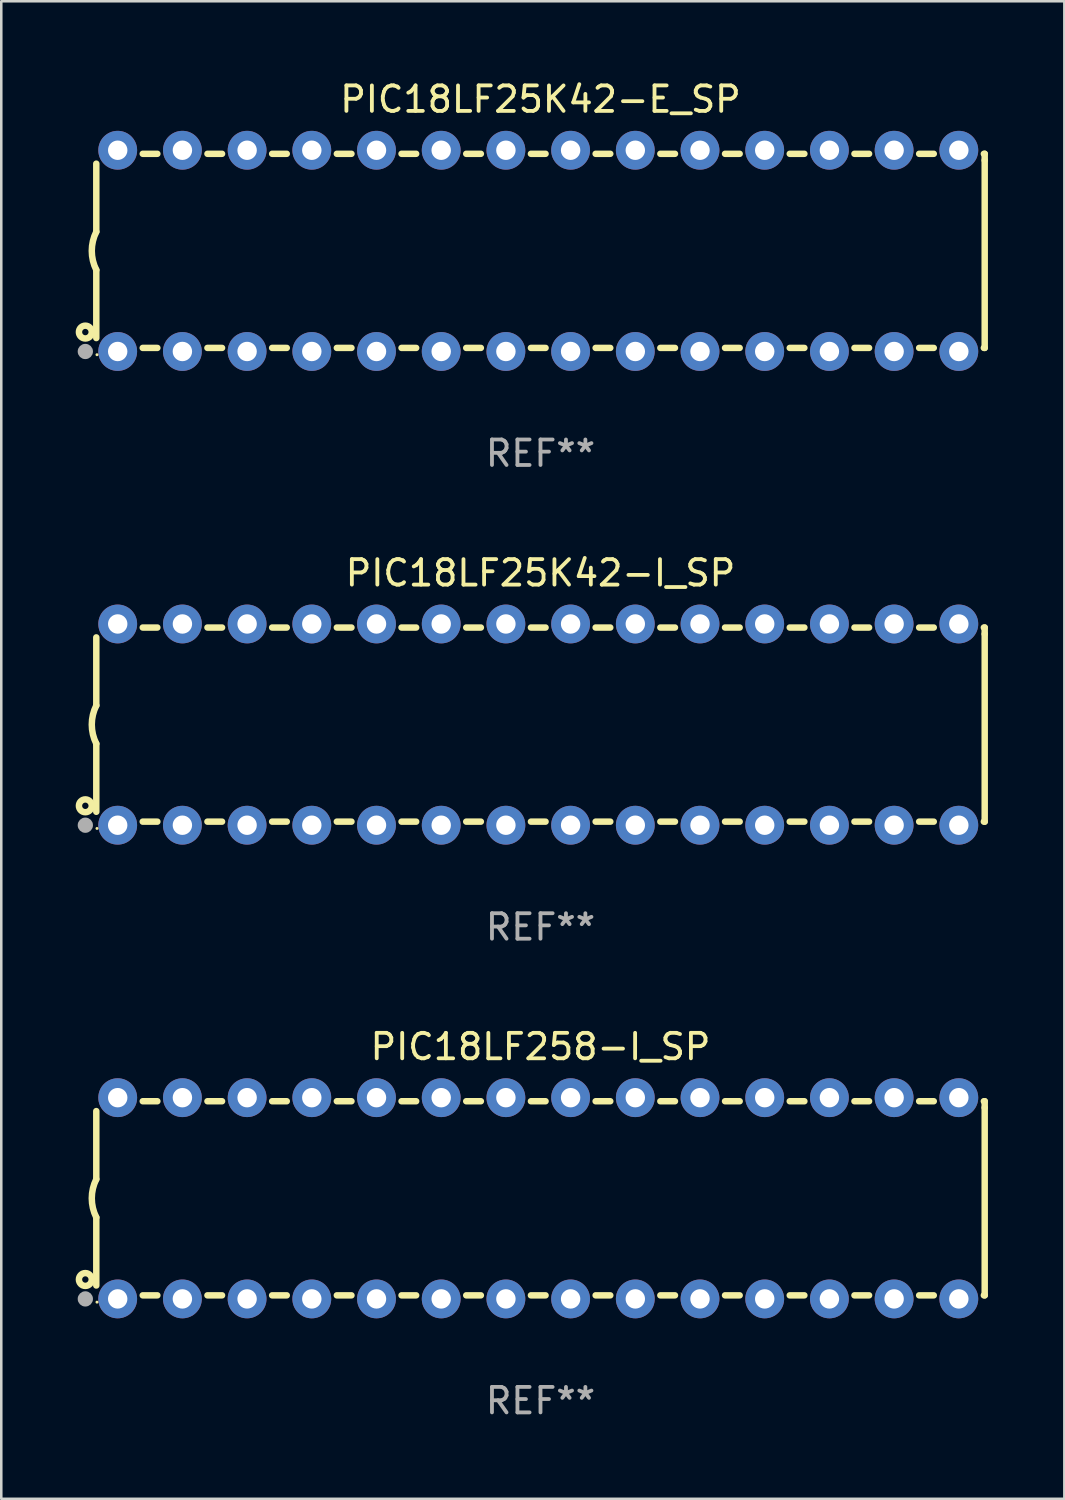
<source format=kicad_pcb>
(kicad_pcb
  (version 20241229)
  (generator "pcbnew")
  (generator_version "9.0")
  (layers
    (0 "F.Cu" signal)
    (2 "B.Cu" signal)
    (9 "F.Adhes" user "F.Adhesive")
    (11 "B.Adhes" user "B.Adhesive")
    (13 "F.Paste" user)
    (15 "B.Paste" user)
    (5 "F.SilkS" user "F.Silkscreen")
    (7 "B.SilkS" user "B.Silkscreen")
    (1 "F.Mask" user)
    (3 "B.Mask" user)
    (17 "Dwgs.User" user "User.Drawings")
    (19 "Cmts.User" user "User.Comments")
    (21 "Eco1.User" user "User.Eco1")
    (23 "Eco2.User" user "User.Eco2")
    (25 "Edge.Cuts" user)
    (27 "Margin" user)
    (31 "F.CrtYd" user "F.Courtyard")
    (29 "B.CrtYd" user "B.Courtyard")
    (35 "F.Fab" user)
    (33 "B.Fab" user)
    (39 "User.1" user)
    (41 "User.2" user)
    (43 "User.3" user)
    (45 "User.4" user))
  (footprint "PIC18LF25K42-I_SP"
    (layer "F.Cu")
    (at 18.168 25.395)
    (property "Reference" "PIC18LF25K42-I_SP" (at 0 -5.95 0) (layer "F.SilkS") (effects (font (size 1 1) (thickness 0.15))))
    (attr through_hole)
    (fp_line (start -17.438 0.75) (end -17.438 3.423) (stroke (width 0.254) (type solid)) (layer "F.SilkS"))
    (fp_line (start -17.438 -3.423) (end -17.438 -0.75) (stroke (width 0.254) (type solid)) (layer "F.SilkS"))
    (fp_line (start -15.615 3.81) (end -15.041 3.81) (stroke (width 0.254) (type solid)) (layer "F.SilkS"))
    (fp_line (start -15.041 -3.81) (end -15.614 -3.81) (stroke (width 0.254) (type solid)) (layer "F.SilkS"))
    (fp_line (start -13.075 3.81) (end -12.501 3.81) (stroke (width 0.254) (type solid)) (layer "F.SilkS"))
    (fp_line (start -12.501 -3.81) (end -13.074 -3.81) (stroke (width 0.254) (type solid)) (layer "F.SilkS"))
    (fp_line (start -10.535 3.81) (end -9.961 3.81) (stroke (width 0.254) (type solid)) (layer "F.SilkS"))
    (fp_line (start -9.961 -3.81) (end -10.534 -3.81) (stroke (width 0.254) (type solid)) (layer "F.SilkS"))
    (fp_line (start -7.995 3.81) (end -7.421 3.81) (stroke (width 0.254) (type solid)) (layer "F.SilkS"))
    (fp_line (start -7.421 -3.81) (end -7.995 -3.81) (stroke (width 0.254) (type solid)) (layer "F.SilkS"))
    (fp_line (start -5.455 3.81) (end -4.881 3.81) (stroke (width 0.254) (type solid)) (layer "F.SilkS"))
    (fp_line (start -4.881 -3.81) (end -5.455 -3.81) (stroke (width 0.254) (type solid)) (layer "F.SilkS"))
    (fp_line (start -2.915 3.81) (end -2.341 3.81) (stroke (width 0.254) (type solid)) (layer "F.SilkS"))
    (fp_line (start -2.341 -3.81) (end -2.915 -3.81) (stroke (width 0.254) (type solid)) (layer "F.SilkS"))
    (fp_line (start -0.375 3.81) (end 0.199 3.81) (stroke (width 0.254) (type solid)) (layer "F.SilkS"))
    (fp_line (start 0.199 -3.81) (end -0.375 -3.81) (stroke (width 0.254) (type solid)) (layer "F.SilkS"))
    (fp_line (start 2.165 3.81) (end 2.739 3.81) (stroke (width 0.254) (type solid)) (layer "F.SilkS"))
    (fp_line (start 2.739 -3.81) (end 2.165 -3.81) (stroke (width 0.254) (type solid)) (layer "F.SilkS"))
    (fp_line (start 4.705 3.81) (end 5.279 3.81) (stroke (width 0.254) (type solid)) (layer "F.SilkS"))
    (fp_line (start 5.279 -3.81) (end 4.705 -3.81) (stroke (width 0.254) (type solid)) (layer "F.SilkS"))
    (fp_line (start 7.245 3.81) (end 7.819 3.81) (stroke (width 0.254) (type solid)) (layer "F.SilkS"))
    (fp_line (start 7.819 -3.81) (end 7.245 -3.81) (stroke (width 0.254) (type solid)) (layer "F.SilkS"))
    (fp_line (start 9.785 3.81) (end 10.359 3.81) (stroke (width 0.254) (type solid)) (layer "F.SilkS"))
    (fp_line (start 10.359 -3.81) (end 9.785 -3.81) (stroke (width 0.254) (type solid)) (layer "F.SilkS"))
    (fp_line (start 12.325 3.81) (end 12.899 3.81) (stroke (width 0.254) (type solid)) (layer "F.SilkS"))
    (fp_line (start 12.899 -3.81) (end 12.325 -3.81) (stroke (width 0.254) (type solid)) (layer "F.SilkS"))
    (fp_line (start 14.865 3.81) (end 15.439 3.81) (stroke (width 0.254) (type solid)) (layer "F.SilkS"))
    (fp_line (start 15.439 -3.81) (end 14.865 -3.81) (stroke (width 0.254) (type solid)) (layer "F.SilkS"))
    (fp_line (start 17.405 3.81) (end 17.438 3.81) (stroke (width 0.254) (type solid)) (layer "F.SilkS"))
    (fp_line (start 17.438 -3.81) (end 17.405 -3.81) (stroke (width 0.254) (type solid)) (layer "F.SilkS"))
    (fp_line (start 17.438 -3.556) (end 17.438 -3.81) (stroke (width 0.254) (type solid)) (layer "F.SilkS"))
    (fp_line (start 17.438 3.81) (end 17.438 -3.556) (stroke (width 0.254) (type solid)) (layer "F.SilkS"))
    (fp_arc (start -17.437986 0.749657) (mid -17.614887 -0.000024) (end -17.437783 -0.749657) (stroke (width 0.254001) (type solid)) (layer "F.SilkS"))
    (fp_circle (center -17.868 3.188) (end -17.743 3.188) (stroke (width 0.254) (type solid)) (fill no) (layer "F.SilkS"))
    (fp_circle (center -17.411 4.077) (end -17.381 4.077) (stroke (width 0.06) (type solid)) (fill no) (layer "F.SilkS"))
    (fp_circle (center -17.868 3.95) (end -17.718 3.95) (stroke (width 0.3) (type solid)) (fill no) (layer "F.Fab"))
    (fp_text user "REF**" (at 0 7.95 0) (layer "F.Fab") (effects (font (size 1 1) (thickness 0.15))))
    (pad "1" thru_hole circle (at -16.598 3.95) (size 1.524 1.524) (drill 0.762) (layers "*.Cu" "*.Mask"))
    (pad "2" thru_hole circle (at -14.058 3.95) (size 1.524 1.524) (drill 0.762) (layers "*.Cu" "*.Mask"))
    (pad "3" thru_hole circle (at -11.518 3.95) (size 1.524 1.524) (drill 0.762) (layers "*.Cu" "*.Mask"))
    (pad "4" thru_hole circle (at -8.978 3.95) (size 1.524 1.524) (drill 0.762) (layers "*.Cu" "*.Mask"))
    (pad "5" thru_hole circle (at -6.438 3.95) (size 1.524 1.524) (drill 0.762) (layers "*.Cu" "*.Mask"))
    (pad "6" thru_hole circle (at -3.898 3.95) (size 1.524 1.524) (drill 0.762) (layers "*.Cu" "*.Mask"))
    (pad "7" thru_hole circle (at -1.358 3.95) (size 1.524 1.524) (drill 0.762) (layers "*.Cu" "*.Mask"))
    (pad "8" thru_hole circle (at 1.182 3.95) (size 1.524 1.524) (drill 0.762) (layers "*.Cu" "*.Mask"))
    (pad "9" thru_hole circle (at 3.722 3.95) (size 1.524 1.524) (drill 0.762) (layers "*.Cu" "*.Mask"))
    (pad "10" thru_hole circle (at 6.262 3.95) (size 1.524 1.524) (drill 0.762) (layers "*.Cu" "*.Mask"))
    (pad "11" thru_hole circle (at 8.802 3.95) (size 1.524 1.524) (drill 0.762) (layers "*.Cu" "*.Mask"))
    (pad "12" thru_hole circle (at 11.342 3.95) (size 1.524 1.524) (drill 0.762) (layers "*.Cu" "*.Mask"))
    (pad "13" thru_hole circle (at 13.882 3.95) (size 1.524 1.524) (drill 0.762) (layers "*.Cu" "*.Mask"))
    (pad "14" thru_hole circle (at 16.422 3.95) (size 1.524 1.524) (drill 0.762) (layers "*.Cu" "*.Mask"))
    (pad "15" thru_hole circle (at 16.422 -3.95) (size 1.524 1.524) (drill 0.762) (layers "*.Cu" "*.Mask"))
    (pad "16" thru_hole circle (at 13.882 -3.95) (size 1.524 1.524) (drill 0.762) (layers "*.Cu" "*.Mask"))
    (pad "17" thru_hole circle (at 11.342 -3.95) (size 1.524 1.524) (drill 0.762) (layers "*.Cu" "*.Mask"))
    (pad "18" thru_hole circle (at 8.802 -3.95) (size 1.524 1.524) (drill 0.762) (layers "*.Cu" "*.Mask"))
    (pad "19" thru_hole circle (at 6.262 -3.95) (size 1.524 1.524) (drill 0.762) (layers "*.Cu" "*.Mask"))
    (pad "20" thru_hole circle (at 3.722 -3.95) (size 1.524 1.524) (drill 0.762) (layers "*.Cu" "*.Mask"))
    (pad "21" thru_hole circle (at 1.182 -3.95) (size 1.524 1.524) (drill 0.762) (layers "*.Cu" "*.Mask"))
    (pad "22" thru_hole circle (at -1.358 -3.95) (size 1.524 1.524) (drill 0.762) (layers "*.Cu" "*.Mask"))
    (pad "23" thru_hole circle (at -3.898 -3.95) (size 1.524 1.524) (drill 0.762) (layers "*.Cu" "*.Mask"))
    (pad "24" thru_hole circle (at -6.438 -3.95) (size 1.524 1.524) (drill 0.762) (layers "*.Cu" "*.Mask"))
    (pad "25" thru_hole circle (at -8.978 -3.95) (size 1.524 1.524) (drill 0.762) (layers "*.Cu" "*.Mask"))
    (pad "26" thru_hole circle (at -11.517 -3.95) (size 1.524 1.524) (drill 0.762) (layers "*.Cu" "*.Mask"))
    (pad "27" thru_hole circle (at -14.057 -3.95) (size 1.524 1.524) (drill 0.762) (layers "*.Cu" "*.Mask"))
    (pad "28" thru_hole circle (at -16.597 -3.95) (size 1.524 1.524) (drill 0.762) (layers "*.Cu" "*.Mask")))
  (footprint "PIC18LF25K42-E_SP"
    (layer "F.Cu")
    (at 18.168 6.798)
    (property "Reference" "PIC18LF25K42-E_SP" (at 0 -5.95 0) (layer "F.SilkS") (effects (font (size 1 1) (thickness 0.15))))
    (attr through_hole)
    (fp_line (start -17.438 0.75) (end -17.438 3.423) (stroke (width 0.254) (type solid)) (layer "F.SilkS"))
    (fp_line (start -17.438 -3.423) (end -17.438 -0.75) (stroke (width 0.254) (type solid)) (layer "F.SilkS"))
    (fp_line (start -15.615 3.81) (end -15.041 3.81) (stroke (width 0.254) (type solid)) (layer "F.SilkS"))
    (fp_line (start -15.041 -3.81) (end -15.614 -3.81) (stroke (width 0.254) (type solid)) (layer "F.SilkS"))
    (fp_line (start -13.075 3.81) (end -12.501 3.81) (stroke (width 0.254) (type solid)) (layer "F.SilkS"))
    (fp_line (start -12.501 -3.81) (end -13.074 -3.81) (stroke (width 0.254) (type solid)) (layer "F.SilkS"))
    (fp_line (start -10.535 3.81) (end -9.961 3.81) (stroke (width 0.254) (type solid)) (layer "F.SilkS"))
    (fp_line (start -9.961 -3.81) (end -10.534 -3.81) (stroke (width 0.254) (type solid)) (layer "F.SilkS"))
    (fp_line (start -7.995 3.81) (end -7.421 3.81) (stroke (width 0.254) (type solid)) (layer "F.SilkS"))
    (fp_line (start -7.421 -3.81) (end -7.995 -3.81) (stroke (width 0.254) (type solid)) (layer "F.SilkS"))
    (fp_line (start -5.455 3.81) (end -4.881 3.81) (stroke (width 0.254) (type solid)) (layer "F.SilkS"))
    (fp_line (start -4.881 -3.81) (end -5.455 -3.81) (stroke (width 0.254) (type solid)) (layer "F.SilkS"))
    (fp_line (start -2.915 3.81) (end -2.341 3.81) (stroke (width 0.254) (type solid)) (layer "F.SilkS"))
    (fp_line (start -2.341 -3.81) (end -2.915 -3.81) (stroke (width 0.254) (type solid)) (layer "F.SilkS"))
    (fp_line (start -0.375 3.81) (end 0.199 3.81) (stroke (width 0.254) (type solid)) (layer "F.SilkS"))
    (fp_line (start 0.199 -3.81) (end -0.375 -3.81) (stroke (width 0.254) (type solid)) (layer "F.SilkS"))
    (fp_line (start 2.165 3.81) (end 2.739 3.81) (stroke (width 0.254) (type solid)) (layer "F.SilkS"))
    (fp_line (start 2.739 -3.81) (end 2.165 -3.81) (stroke (width 0.254) (type solid)) (layer "F.SilkS"))
    (fp_line (start 4.705 3.81) (end 5.279 3.81) (stroke (width 0.254) (type solid)) (layer "F.SilkS"))
    (fp_line (start 5.279 -3.81) (end 4.705 -3.81) (stroke (width 0.254) (type solid)) (layer "F.SilkS"))
    (fp_line (start 7.245 3.81) (end 7.819 3.81) (stroke (width 0.254) (type solid)) (layer "F.SilkS"))
    (fp_line (start 7.819 -3.81) (end 7.245 -3.81) (stroke (width 0.254) (type solid)) (layer "F.SilkS"))
    (fp_line (start 9.785 3.81) (end 10.359 3.81) (stroke (width 0.254) (type solid)) (layer "F.SilkS"))
    (fp_line (start 10.359 -3.81) (end 9.785 -3.81) (stroke (width 0.254) (type solid)) (layer "F.SilkS"))
    (fp_line (start 12.325 3.81) (end 12.899 3.81) (stroke (width 0.254) (type solid)) (layer "F.SilkS"))
    (fp_line (start 12.899 -3.81) (end 12.325 -3.81) (stroke (width 0.254) (type solid)) (layer "F.SilkS"))
    (fp_line (start 14.865 3.81) (end 15.439 3.81) (stroke (width 0.254) (type solid)) (layer "F.SilkS"))
    (fp_line (start 15.439 -3.81) (end 14.865 -3.81) (stroke (width 0.254) (type solid)) (layer "F.SilkS"))
    (fp_line (start 17.405 3.81) (end 17.438 3.81) (stroke (width 0.254) (type solid)) (layer "F.SilkS"))
    (fp_line (start 17.438 -3.81) (end 17.405 -3.81) (stroke (width 0.254) (type solid)) (layer "F.SilkS"))
    (fp_line (start 17.438 -3.556) (end 17.438 -3.81) (stroke (width 0.254) (type solid)) (layer "F.SilkS"))
    (fp_line (start 17.438 3.81) (end 17.438 -3.556) (stroke (width 0.254) (type solid)) (layer "F.SilkS"))
    (fp_arc (start -17.437986 0.749657) (mid -17.614887 -0.000024) (end -17.437783 -0.749657) (stroke (width 0.254001) (type solid)) (layer "F.SilkS"))
    (fp_circle (center -17.868 3.188) (end -17.743 3.188) (stroke (width 0.254) (type solid)) (fill no) (layer "F.SilkS"))
    (fp_circle (center -17.411 4.077) (end -17.381 4.077) (stroke (width 0.06) (type solid)) (fill no) (layer "F.SilkS"))
    (fp_circle (center -17.868 3.95) (end -17.718 3.95) (stroke (width 0.3) (type solid)) (fill no) (layer "F.Fab"))
    (fp_text user "REF**" (at 0 7.95 0) (layer "F.Fab") (effects (font (size 1 1) (thickness 0.15))))
    (pad "1" thru_hole circle (at -16.598 3.95) (size 1.524 1.524) (drill 0.762) (layers "*.Cu" "*.Mask"))
    (pad "2" thru_hole circle (at -14.058 3.95) (size 1.524 1.524) (drill 0.762) (layers "*.Cu" "*.Mask"))
    (pad "3" thru_hole circle (at -11.518 3.95) (size 1.524 1.524) (drill 0.762) (layers "*.Cu" "*.Mask"))
    (pad "4" thru_hole circle (at -8.978 3.95) (size 1.524 1.524) (drill 0.762) (layers "*.Cu" "*.Mask"))
    (pad "5" thru_hole circle (at -6.438 3.95) (size 1.524 1.524) (drill 0.762) (layers "*.Cu" "*.Mask"))
    (pad "6" thru_hole circle (at -3.898 3.95) (size 1.524 1.524) (drill 0.762) (layers "*.Cu" "*.Mask"))
    (pad "7" thru_hole circle (at -1.358 3.95) (size 1.524 1.524) (drill 0.762) (layers "*.Cu" "*.Mask"))
    (pad "8" thru_hole circle (at 1.182 3.95) (size 1.524 1.524) (drill 0.762) (layers "*.Cu" "*.Mask"))
    (pad "9" thru_hole circle (at 3.722 3.95) (size 1.524 1.524) (drill 0.762) (layers "*.Cu" "*.Mask"))
    (pad "10" thru_hole circle (at 6.262 3.95) (size 1.524 1.524) (drill 0.762) (layers "*.Cu" "*.Mask"))
    (pad "11" thru_hole circle (at 8.802 3.95) (size 1.524 1.524) (drill 0.762) (layers "*.Cu" "*.Mask"))
    (pad "12" thru_hole circle (at 11.342 3.95) (size 1.524 1.524) (drill 0.762) (layers "*.Cu" "*.Mask"))
    (pad "13" thru_hole circle (at 13.882 3.95) (size 1.524 1.524) (drill 0.762) (layers "*.Cu" "*.Mask"))
    (pad "14" thru_hole circle (at 16.422 3.95) (size 1.524 1.524) (drill 0.762) (layers "*.Cu" "*.Mask"))
    (pad "15" thru_hole circle (at 16.422 -3.95) (size 1.524 1.524) (drill 0.762) (layers "*.Cu" "*.Mask"))
    (pad "16" thru_hole circle (at 13.882 -3.95) (size 1.524 1.524) (drill 0.762) (layers "*.Cu" "*.Mask"))
    (pad "17" thru_hole circle (at 11.342 -3.95) (size 1.524 1.524) (drill 0.762) (layers "*.Cu" "*.Mask"))
    (pad "18" thru_hole circle (at 8.802 -3.95) (size 1.524 1.524) (drill 0.762) (layers "*.Cu" "*.Mask"))
    (pad "19" thru_hole circle (at 6.262 -3.95) (size 1.524 1.524) (drill 0.762) (layers "*.Cu" "*.Mask"))
    (pad "20" thru_hole circle (at 3.722 -3.95) (size 1.524 1.524) (drill 0.762) (layers "*.Cu" "*.Mask"))
    (pad "21" thru_hole circle (at 1.182 -3.95) (size 1.524 1.524) (drill 0.762) (layers "*.Cu" "*.Mask"))
    (pad "22" thru_hole circle (at -1.358 -3.95) (size 1.524 1.524) (drill 0.762) (layers "*.Cu" "*.Mask"))
    (pad "23" thru_hole circle (at -3.898 -3.95) (size 1.524 1.524) (drill 0.762) (layers "*.Cu" "*.Mask"))
    (pad "24" thru_hole circle (at -6.438 -3.95) (size 1.524 1.524) (drill 0.762) (layers "*.Cu" "*.Mask"))
    (pad "25" thru_hole circle (at -8.978 -3.95) (size 1.524 1.524) (drill 0.762) (layers "*.Cu" "*.Mask"))
    (pad "26" thru_hole circle (at -11.517 -3.95) (size 1.524 1.524) (drill 0.762) (layers "*.Cu" "*.Mask"))
    (pad "27" thru_hole circle (at -14.057 -3.95) (size 1.524 1.524) (drill 0.762) (layers "*.Cu" "*.Mask"))
    (pad "28" thru_hole circle (at -16.597 -3.95) (size 1.524 1.524) (drill 0.762) (layers "*.Cu" "*.Mask")))
  (footprint "PIC18LF258-I_SP"
    (layer "F.Cu")
    (at 18.168 43.991)
    (property "Reference" "PIC18LF258-I_SP" (at 0 -5.95 0) (layer "F.SilkS") (effects (font (size 1 1) (thickness 0.15))))
    (attr through_hole)
    (fp_line (start -17.438 0.75) (end -17.438 3.423) (stroke (width 0.254) (type solid)) (layer "F.SilkS"))
    (fp_line (start -17.438 -3.423) (end -17.438 -0.75) (stroke (width 0.254) (type solid)) (layer "F.SilkS"))
    (fp_line (start -15.615 3.81) (end -15.041 3.81) (stroke (width 0.254) (type solid)) (layer "F.SilkS"))
    (fp_line (start -15.041 -3.81) (end -15.614 -3.81) (stroke (width 0.254) (type solid)) (layer "F.SilkS"))
    (fp_line (start -13.075 3.81) (end -12.501 3.81) (stroke (width 0.254) (type solid)) (layer "F.SilkS"))
    (fp_line (start -12.501 -3.81) (end -13.074 -3.81) (stroke (width 0.254) (type solid)) (layer "F.SilkS"))
    (fp_line (start -10.535 3.81) (end -9.961 3.81) (stroke (width 0.254) (type solid)) (layer "F.SilkS"))
    (fp_line (start -9.961 -3.81) (end -10.534 -3.81) (stroke (width 0.254) (type solid)) (layer "F.SilkS"))
    (fp_line (start -7.995 3.81) (end -7.421 3.81) (stroke (width 0.254) (type solid)) (layer "F.SilkS"))
    (fp_line (start -7.421 -3.81) (end -7.995 -3.81) (stroke (width 0.254) (type solid)) (layer "F.SilkS"))
    (fp_line (start -5.455 3.81) (end -4.881 3.81) (stroke (width 0.254) (type solid)) (layer "F.SilkS"))
    (fp_line (start -4.881 -3.81) (end -5.455 -3.81) (stroke (width 0.254) (type solid)) (layer "F.SilkS"))
    (fp_line (start -2.915 3.81) (end -2.341 3.81) (stroke (width 0.254) (type solid)) (layer "F.SilkS"))
    (fp_line (start -2.341 -3.81) (end -2.915 -3.81) (stroke (width 0.254) (type solid)) (layer "F.SilkS"))
    (fp_line (start -0.375 3.81) (end 0.199 3.81) (stroke (width 0.254) (type solid)) (layer "F.SilkS"))
    (fp_line (start 0.199 -3.81) (end -0.375 -3.81) (stroke (width 0.254) (type solid)) (layer "F.SilkS"))
    (fp_line (start 2.165 3.81) (end 2.739 3.81) (stroke (width 0.254) (type solid)) (layer "F.SilkS"))
    (fp_line (start 2.739 -3.81) (end 2.165 -3.81) (stroke (width 0.254) (type solid)) (layer "F.SilkS"))
    (fp_line (start 4.705 3.81) (end 5.279 3.81) (stroke (width 0.254) (type solid)) (layer "F.SilkS"))
    (fp_line (start 5.279 -3.81) (end 4.705 -3.81) (stroke (width 0.254) (type solid)) (layer "F.SilkS"))
    (fp_line (start 7.245 3.81) (end 7.819 3.81) (stroke (width 0.254) (type solid)) (layer "F.SilkS"))
    (fp_line (start 7.819 -3.81) (end 7.245 -3.81) (stroke (width 0.254) (type solid)) (layer "F.SilkS"))
    (fp_line (start 9.785 3.81) (end 10.359 3.81) (stroke (width 0.254) (type solid)) (layer "F.SilkS"))
    (fp_line (start 10.359 -3.81) (end 9.785 -3.81) (stroke (width 0.254) (type solid)) (layer "F.SilkS"))
    (fp_line (start 12.325 3.81) (end 12.899 3.81) (stroke (width 0.254) (type solid)) (layer "F.SilkS"))
    (fp_line (start 12.899 -3.81) (end 12.325 -3.81) (stroke (width 0.254) (type solid)) (layer "F.SilkS"))
    (fp_line (start 14.865 3.81) (end 15.439 3.81) (stroke (width 0.254) (type solid)) (layer "F.SilkS"))
    (fp_line (start 15.439 -3.81) (end 14.865 -3.81) (stroke (width 0.254) (type solid)) (layer "F.SilkS"))
    (fp_line (start 17.405 3.81) (end 17.438 3.81) (stroke (width 0.254) (type solid)) (layer "F.SilkS"))
    (fp_line (start 17.438 -3.81) (end 17.405 -3.81) (stroke (width 0.254) (type solid)) (layer "F.SilkS"))
    (fp_line (start 17.438 -3.556) (end 17.438 -3.81) (stroke (width 0.254) (type solid)) (layer "F.SilkS"))
    (fp_line (start 17.438 3.81) (end 17.438 -3.556) (stroke (width 0.254) (type solid)) (layer "F.SilkS"))
    (fp_arc (start -17.437986 0.749657) (mid -17.614887 -0.000024) (end -17.437783 -0.749657) (stroke (width 0.254001) (type solid)) (layer "F.SilkS"))
    (fp_circle (center -17.868 3.188) (end -17.743 3.188) (stroke (width 0.254) (type solid)) (fill no) (layer "F.SilkS"))
    (fp_circle (center -17.411 4.077) (end -17.381 4.077) (stroke (width 0.06) (type solid)) (fill no) (layer "F.SilkS"))
    (fp_circle (center -17.868 3.95) (end -17.718 3.95) (stroke (width 0.3) (type solid)) (fill no) (layer "F.Fab"))
    (fp_text user "REF**" (at 0 7.95 0) (layer "F.Fab") (effects (font (size 1 1) (thickness 0.15))))
    (pad "1" thru_hole circle (at -16.598 3.95) (size 1.524 1.524) (drill 0.762) (layers "*.Cu" "*.Mask"))
    (pad "2" thru_hole circle (at -14.058 3.95) (size 1.524 1.524) (drill 0.762) (layers "*.Cu" "*.Mask"))
    (pad "3" thru_hole circle (at -11.518 3.95) (size 1.524 1.524) (drill 0.762) (layers "*.Cu" "*.Mask"))
    (pad "4" thru_hole circle (at -8.978 3.95) (size 1.524 1.524) (drill 0.762) (layers "*.Cu" "*.Mask"))
    (pad "5" thru_hole circle (at -6.438 3.95) (size 1.524 1.524) (drill 0.762) (layers "*.Cu" "*.Mask"))
    (pad "6" thru_hole circle (at -3.898 3.95) (size 1.524 1.524) (drill 0.762) (layers "*.Cu" "*.Mask"))
    (pad "7" thru_hole circle (at -1.358 3.95) (size 1.524 1.524) (drill 0.762) (layers "*.Cu" "*.Mask"))
    (pad "8" thru_hole circle (at 1.182 3.95) (size 1.524 1.524) (drill 0.762) (layers "*.Cu" "*.Mask"))
    (pad "9" thru_hole circle (at 3.722 3.95) (size 1.524 1.524) (drill 0.762) (layers "*.Cu" "*.Mask"))
    (pad "10" thru_hole circle (at 6.262 3.95) (size 1.524 1.524) (drill 0.762) (layers "*.Cu" "*.Mask"))
    (pad "11" thru_hole circle (at 8.802 3.95) (size 1.524 1.524) (drill 0.762) (layers "*.Cu" "*.Mask"))
    (pad "12" thru_hole circle (at 11.342 3.95) (size 1.524 1.524) (drill 0.762) (layers "*.Cu" "*.Mask"))
    (pad "13" thru_hole circle (at 13.882 3.95) (size 1.524 1.524) (drill 0.762) (layers "*.Cu" "*.Mask"))
    (pad "14" thru_hole circle (at 16.422 3.95) (size 1.524 1.524) (drill 0.762) (layers "*.Cu" "*.Mask"))
    (pad "15" thru_hole circle (at 16.422 -3.95) (size 1.524 1.524) (drill 0.762) (layers "*.Cu" "*.Mask"))
    (pad "16" thru_hole circle (at 13.882 -3.95) (size 1.524 1.524) (drill 0.762) (layers "*.Cu" "*.Mask"))
    (pad "17" thru_hole circle (at 11.342 -3.95) (size 1.524 1.524) (drill 0.762) (layers "*.Cu" "*.Mask"))
    (pad "18" thru_hole circle (at 8.802 -3.95) (size 1.524 1.524) (drill 0.762) (layers "*.Cu" "*.Mask"))
    (pad "19" thru_hole circle (at 6.262 -3.95) (size 1.524 1.524) (drill 0.762) (layers "*.Cu" "*.Mask"))
    (pad "20" thru_hole circle (at 3.722 -3.95) (size 1.524 1.524) (drill 0.762) (layers "*.Cu" "*.Mask"))
    (pad "21" thru_hole circle (at 1.182 -3.95) (size 1.524 1.524) (drill 0.762) (layers "*.Cu" "*.Mask"))
    (pad "22" thru_hole circle (at -1.358 -3.95) (size 1.524 1.524) (drill 0.762) (layers "*.Cu" "*.Mask"))
    (pad "23" thru_hole circle (at -3.898 -3.95) (size 1.524 1.524) (drill 0.762) (layers "*.Cu" "*.Mask"))
    (pad "24" thru_hole circle (at -6.438 -3.95) (size 1.524 1.524) (drill 0.762) (layers "*.Cu" "*.Mask"))
    (pad "25" thru_hole circle (at -8.978 -3.95) (size 1.524 1.524) (drill 0.762) (layers "*.Cu" "*.Mask"))
    (pad "26" thru_hole circle (at -11.517 -3.95) (size 1.524 1.524) (drill 0.762) (layers "*.Cu" "*.Mask"))
    (pad "27" thru_hole circle (at -14.057 -3.95) (size 1.524 1.524) (drill 0.762) (layers "*.Cu" "*.Mask"))
    (pad "28" thru_hole circle (at -16.597 -3.95) (size 1.524 1.524) (drill 0.762) (layers "*.Cu" "*.Mask")))
  (gr_rect
    (start -3 -3)
    (end 38.733 55.789)
    (stroke (width 0.1) (type default))
    (fill no)
    (layer "Edge.Cuts")))
</source>
